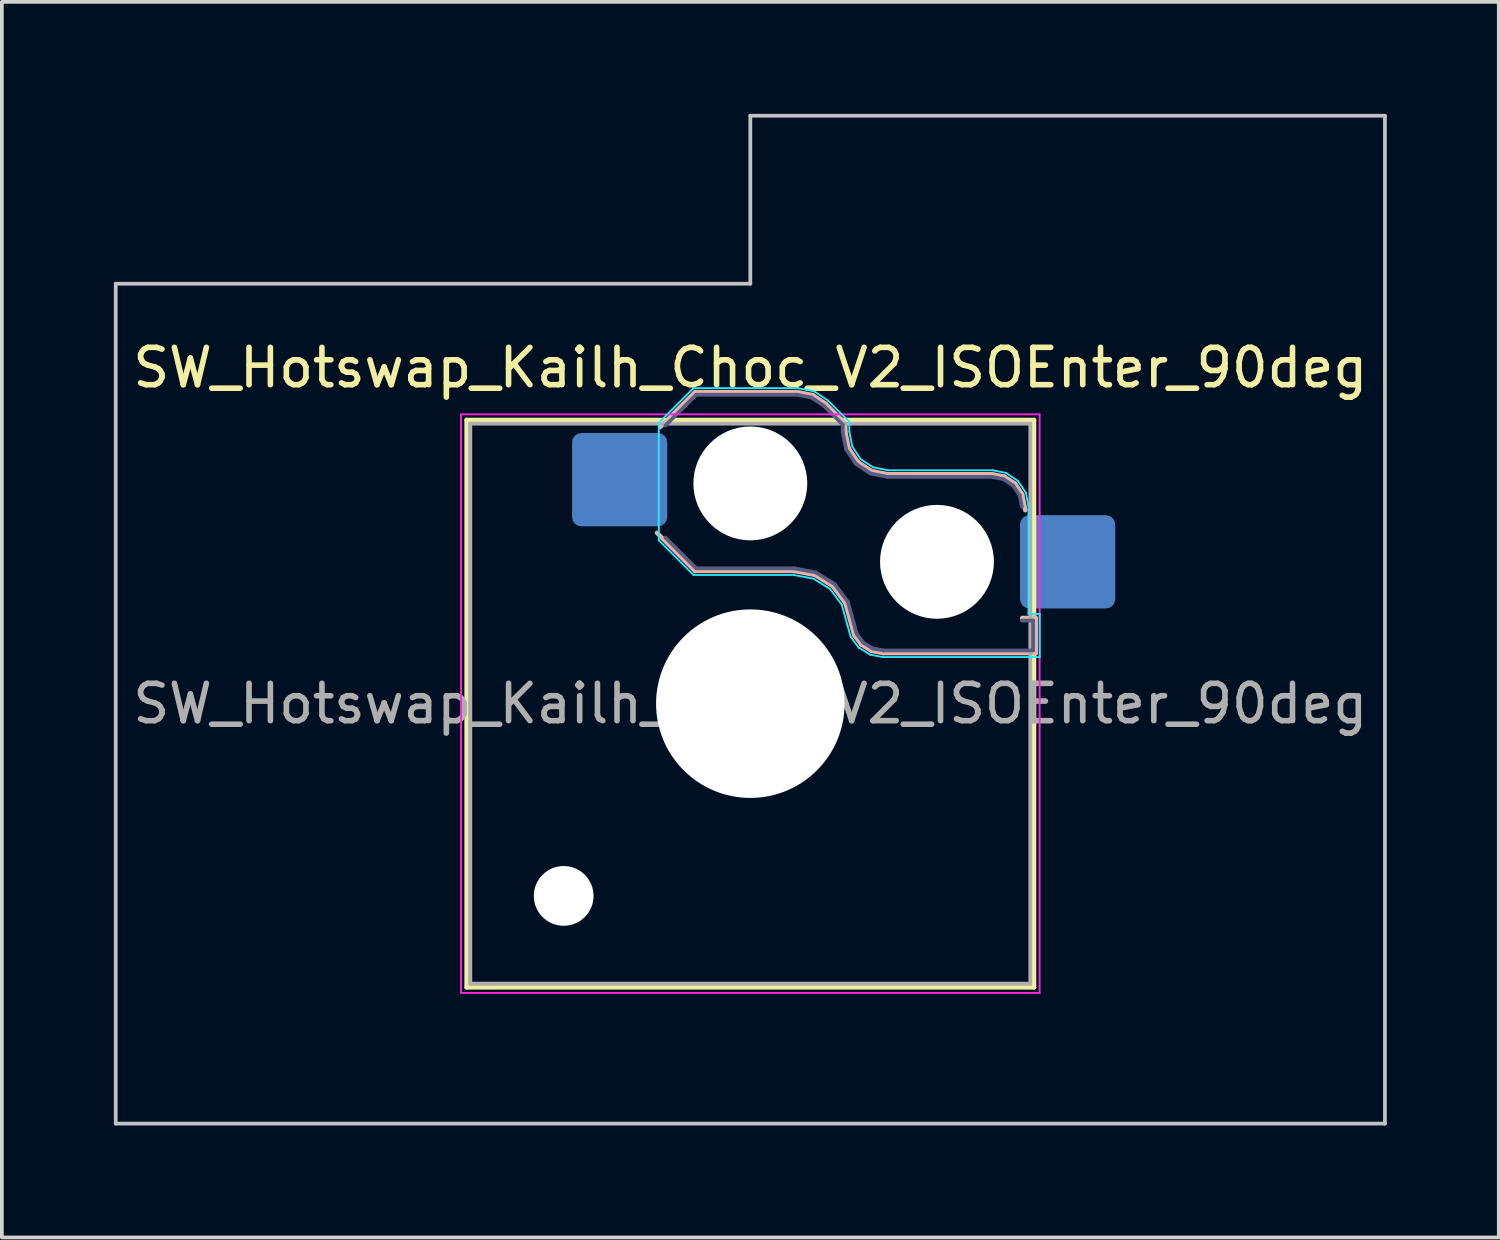
<source format=kicad_pcb>
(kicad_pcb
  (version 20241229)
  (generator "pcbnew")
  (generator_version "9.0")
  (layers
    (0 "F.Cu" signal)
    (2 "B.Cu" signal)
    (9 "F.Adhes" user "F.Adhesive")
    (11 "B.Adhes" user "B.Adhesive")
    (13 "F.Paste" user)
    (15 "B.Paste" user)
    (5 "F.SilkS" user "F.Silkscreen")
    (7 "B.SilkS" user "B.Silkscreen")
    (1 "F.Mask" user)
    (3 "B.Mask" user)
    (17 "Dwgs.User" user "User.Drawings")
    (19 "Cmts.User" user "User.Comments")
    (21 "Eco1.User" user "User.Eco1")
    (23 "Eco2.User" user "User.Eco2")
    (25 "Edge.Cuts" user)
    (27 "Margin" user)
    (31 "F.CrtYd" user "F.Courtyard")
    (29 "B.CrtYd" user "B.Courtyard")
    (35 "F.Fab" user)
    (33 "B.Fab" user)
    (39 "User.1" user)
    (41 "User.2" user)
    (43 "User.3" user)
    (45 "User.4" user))
  (footprint "SW_Hotswap_Kailh_Choc_V2_ISOEnter_90deg"
    (layer "F.Cu")
    (at 17.05 15.8)
    (property "Reference" "SW_Hotswap_Kailh_Choc_V2_ISOEnter_90deg" (at 0 -9 0) (layer "F.SilkS") (effects (font (size 1 1) (thickness 0.15))))
    (attr smd)
    (fp_line (start -7.6 -7.6) (end -7.6 7.6) (stroke (width 0.12) (type solid)) (layer "F.SilkS"))
    (fp_line (start -7.6 7.6) (end 7.6 7.6) (stroke (width 0.12) (type solid)) (layer "F.SilkS"))
    (fp_line (start 7.6 -7.6) (end -7.6 -7.6) (stroke (width 0.12) (type solid)) (layer "F.SilkS"))
    (fp_line (start 7.6 7.6) (end 7.6 -7.6) (stroke (width 0.12) (type solid)) (layer "F.SilkS"))
    (fp_line (start -2.416 -7.409) (end -1.479 -8.346) (stroke (width 0.12) (type solid)) (layer "B.SilkS"))
    (fp_line (start -1.479 -8.346) (end 1.268 -8.346) (stroke (width 0.12) (type solid)) (layer "B.SilkS"))
    (fp_line (start -1.479 -3.554) (end -2.5 -4.575) (stroke (width 0.12) (type solid)) (layer "B.SilkS"))
    (fp_line (start 1.168 -3.554) (end -1.479 -3.554) (stroke (width 0.12) (type solid)) (layer "B.SilkS"))
    (fp_line (start 1.268 -8.346) (end 1.671 -8.266) (stroke (width 0.12) (type solid)) (layer "B.SilkS"))
    (fp_line (start 1.671 -8.266) (end 2.013 -8.037) (stroke (width 0.12) (type solid)) (layer "B.SilkS"))
    (fp_line (start 1.73 -3.449) (end 1.168 -3.554) (stroke (width 0.12) (type solid)) (layer "B.SilkS"))
    (fp_line (start 2.013 -8.037) (end 2.546 -7.504) (stroke (width 0.12) (type solid)) (layer "B.SilkS"))
    (fp_line (start 2.209 -3.15) (end 1.73 -3.449) (stroke (width 0.12) (type solid)) (layer "B.SilkS"))
    (fp_line (start 2.546 -7.504) (end 2.546 -7.282) (stroke (width 0.12) (type solid)) (layer "B.SilkS"))
    (fp_line (start 2.546 -7.282) (end 2.633 -6.844) (stroke (width 0.12) (type solid)) (layer "B.SilkS"))
    (fp_line (start 2.547 -2.697) (end 2.209 -3.15) (stroke (width 0.12) (type solid)) (layer "B.SilkS"))
    (fp_line (start 2.633 -6.844) (end 2.877 -6.477) (stroke (width 0.12) (type solid)) (layer "B.SilkS"))
    (fp_line (start 2.701 -2.139) (end 2.547 -2.697) (stroke (width 0.12) (type solid)) (layer "B.SilkS"))
    (fp_line (start 2.783 -1.841) (end 2.701 -2.139) (stroke (width 0.12) (type solid)) (layer "B.SilkS"))
    (fp_line (start 2.877 -6.477) (end 3.244 -6.233) (stroke (width 0.12) (type solid)) (layer "B.SilkS"))
    (fp_line (start 2.976 -1.583) (end 2.783 -1.841) (stroke (width 0.12) (type solid)) (layer "B.SilkS"))
    (fp_line (start 3.244 -6.233) (end 3.682 -6.146) (stroke (width 0.12) (type solid)) (layer "B.SilkS"))
    (fp_line (start 3.25 -1.413) (end 2.976 -1.583) (stroke (width 0.12) (type solid)) (layer "B.SilkS"))
    (fp_line (start 3.56 -1.354) (end 3.25 -1.413) (stroke (width 0.12) (type solid)) (layer "B.SilkS"))
    (fp_line (start 3.682 -6.146) (end 6.482 -6.146) (stroke (width 0.12) (type solid)) (layer "B.SilkS"))
    (fp_line (start 6.482 -6.146) (end 6.809 -6.081) (stroke (width 0.12) (type solid)) (layer "B.SilkS"))
    (fp_line (start 6.809 -6.081) (end 7.092 -5.892) (stroke (width 0.12) (type solid)) (layer "B.SilkS"))
    (fp_line (start 7.092 -5.892) (end 7.281 -5.609) (stroke (width 0.12) (type solid)) (layer "B.SilkS"))
    (fp_line (start 7.281 -5.609) (end 7.366 -5.182) (stroke (width 0.12) (type solid)) (layer "B.SilkS"))
    (fp_line (start 7.283 -2.296) (end 7.646 -2.296) (stroke (width 0.12) (type solid)) (layer "B.SilkS"))
    (fp_line (start 7.646 -2.296) (end 7.646 -1.354) (stroke (width 0.12) (type solid)) (layer "B.SilkS"))
    (fp_line (start 7.646 -1.354) (end 3.56 -1.354) (stroke (width 0.12) (type solid)) (layer "B.SilkS"))
    (fp_line (start -17 -11.25) (end -17 11.25) (stroke (width 0.1) (type solid)) (layer "Dwgs.User"))
    (fp_line (start -17 11.25) (end 17 11.25) (stroke (width 0.1) (type solid)) (layer "Dwgs.User"))
    (fp_line (start 0 -15.75) (end 0 -11.25) (stroke (width 0.1) (type solid)) (layer "Dwgs.User"))
    (fp_line (start 0 -11.25) (end -17 -11.25) (stroke (width 0.1) (type solid)) (layer "Dwgs.User"))
    (fp_line (start 17 -15.75) (end 0 -15.75) (stroke (width 0.1) (type solid)) (layer "Dwgs.User"))
    (fp_line (start 17 11.25) (end 17 -15.75) (stroke (width 0.1) (type solid)) (layer "Dwgs.User"))
    (fp_line (start -7.25 -7.25) (end -7.25 7.25) (stroke (width 0.1) (type solid)) (layer "Eco1.User"))
    (fp_line (start -7.25 7.25) (end 7.25 7.25) (stroke (width 0.1) (type solid)) (layer "Eco1.User"))
    (fp_line (start 7.25 -7.25) (end -7.25 -7.25) (stroke (width 0.1) (type solid)) (layer "Eco1.User"))
    (fp_line (start 7.25 7.25) (end 7.25 -7.25) (stroke (width 0.1) (type solid)) (layer "Eco1.User"))
    (fp_line (start -2.452 -7.523) (end -1.523 -8.452) (stroke (width 0.05) (type solid)) (layer "B.CrtYd"))
    (fp_line (start -2.452 -4.377) (end -2.452 -7.523) (stroke (width 0.05) (type solid)) (layer "B.CrtYd"))
    (fp_line (start -1.523 -8.452) (end 1.278 -8.452) (stroke (width 0.05) (type solid)) (layer "B.CrtYd"))
    (fp_line (start -1.523 -3.448) (end -2.452 -4.377) (stroke (width 0.05) (type solid)) (layer "B.CrtYd"))
    (fp_line (start 1.159 -3.448) (end -1.523 -3.448) (stroke (width 0.05) (type solid)) (layer "B.CrtYd"))
    (fp_line (start 1.278 -8.452) (end 1.712 -8.366) (stroke (width 0.05) (type solid)) (layer "B.CrtYd"))
    (fp_line (start 1.691 -3.348) (end 1.159 -3.448) (stroke (width 0.05) (type solid)) (layer "B.CrtYd"))
    (fp_line (start 1.712 -8.366) (end 2.081 -8.119) (stroke (width 0.05) (type solid)) (layer "B.CrtYd"))
    (fp_line (start 2.081 -8.119) (end 2.652 -7.548) (stroke (width 0.05) (type solid)) (layer "B.CrtYd"))
    (fp_line (start 2.136 -3.071) (end 1.691 -3.348) (stroke (width 0.05) (type solid)) (layer "B.CrtYd"))
    (fp_line (start 2.45 -2.65) (end 2.136 -3.071) (stroke (width 0.05) (type solid)) (layer "B.CrtYd"))
    (fp_line (start 2.599 -2.111) (end 2.45 -2.65) (stroke (width 0.05) (type solid)) (layer "B.CrtYd"))
    (fp_line (start 2.652 -7.548) (end 2.652 -7.292) (stroke (width 0.05) (type solid)) (layer "B.CrtYd"))
    (fp_line (start 2.652 -7.292) (end 2.733 -6.885) (stroke (width 0.05) (type solid)) (layer "B.CrtYd"))
    (fp_line (start 2.687 -1.794) (end 2.599 -2.111) (stroke (width 0.05) (type solid)) (layer "B.CrtYd"))
    (fp_line (start 2.733 -6.885) (end 2.953 -6.553) (stroke (width 0.05) (type solid)) (layer "B.CrtYd"))
    (fp_line (start 2.903 -1.503) (end 2.687 -1.794) (stroke (width 0.05) (type solid)) (layer "B.CrtYd"))
    (fp_line (start 2.953 -6.553) (end 3.285 -6.333) (stroke (width 0.05) (type solid)) (layer "B.CrtYd"))
    (fp_line (start 3.211 -1.312) (end 2.903 -1.503) (stroke (width 0.05) (type solid)) (layer "B.CrtYd"))
    (fp_line (start 3.285 -6.333) (end 3.692 -6.252) (stroke (width 0.05) (type solid)) (layer "B.CrtYd"))
    (fp_line (start 3.55 -1.248) (end 3.211 -1.312) (stroke (width 0.05) (type solid)) (layer "B.CrtYd"))
    (fp_line (start 3.692 -6.252) (end 6.492 -6.252) (stroke (width 0.05) (type solid)) (layer "B.CrtYd"))
    (fp_line (start 6.492 -6.252) (end 6.85 -6.181) (stroke (width 0.05) (type solid)) (layer "B.CrtYd"))
    (fp_line (start 6.85 -6.181) (end 7.168 -5.968) (stroke (width 0.05) (type solid)) (layer "B.CrtYd"))
    (fp_line (start 7.168 -5.968) (end 7.381 -5.65) (stroke (width 0.05) (type solid)) (layer "B.CrtYd"))
    (fp_line (start 7.381 -5.65) (end 7.452 -5.292) (stroke (width 0.05) (type solid)) (layer "B.CrtYd"))
    (fp_line (start 7.452 -5.292) (end 7.452 -2.402) (stroke (width 0.05) (type solid)) (layer "B.CrtYd"))
    (fp_line (start 7.452 -2.402) (end 7.752 -2.402) (stroke (width 0.05) (type solid)) (layer "B.CrtYd"))
    (fp_line (start 7.752 -2.402) (end 7.752 -1.248) (stroke (width 0.05) (type solid)) (layer "B.CrtYd"))
    (fp_line (start 7.752 -1.248) (end 3.55 -1.248) (stroke (width 0.05) (type solid)) (layer "B.CrtYd"))
    (fp_line (start -7.75 -7.75) (end -7.75 7.75) (stroke (width 0.05) (type solid)) (layer "F.CrtYd"))
    (fp_line (start -7.75 7.75) (end 7.75 7.75) (stroke (width 0.05) (type solid)) (layer "F.CrtYd"))
    (fp_line (start 7.75 -7.75) (end -7.75 -7.75) (stroke (width 0.05) (type solid)) (layer "F.CrtYd"))
    (fp_line (start 7.75 7.75) (end 7.75 -7.75) (stroke (width 0.05) (type solid)) (layer "F.CrtYd"))
    (fp_line (start -2.275 -7.45) (end -1.45 -8.275) (stroke (width 0.1) (type solid)) (layer "B.Fab"))
    (fp_line (start -1.45 -8.275) (end 1.261 -8.275) (stroke (width 0.1) (type solid)) (layer "B.Fab"))
    (fp_line (start -1.45 -3.625) (end -2.275 -4.45) (stroke (width 0.1) (type solid)) (layer "B.Fab"))
    (fp_line (start 1.175 -3.625) (end -1.45 -3.625) (stroke (width 0.1) (type solid)) (layer "B.Fab"))
    (fp_line (start 1.261 -8.275) (end 1.643 -8.199) (stroke (width 0.1) (type solid)) (layer "B.Fab"))
    (fp_line (start 1.643 -8.199) (end 1.968 -7.982) (stroke (width 0.1) (type solid)) (layer "B.Fab"))
    (fp_line (start 1.756 -3.516) (end 1.175 -3.625) (stroke (width 0.1) (type solid)) (layer "B.Fab"))
    (fp_line (start 1.968 -7.982) (end 2.475 -7.475) (stroke (width 0.1) (type solid)) (layer "B.Fab"))
    (fp_line (start 2.258 -3.203) (end 1.756 -3.516) (stroke (width 0.1) (type solid)) (layer "B.Fab"))
    (fp_line (start 2.475 -7.475) (end 2.475 -7.275) (stroke (width 0.1) (type solid)) (layer "B.Fab"))
    (fp_line (start 2.475 -7.275) (end 2.566 -6.816) (stroke (width 0.1) (type solid)) (layer "B.Fab"))
    (fp_line (start 2.566 -6.816) (end 2.826 -6.426) (stroke (width 0.1) (type solid)) (layer "B.Fab"))
    (fp_line (start 2.612 -2.729) (end 2.258 -3.203) (stroke (width 0.1) (type solid)) (layer "B.Fab"))
    (fp_line (start 2.769 -2.158) (end 2.612 -2.729) (stroke (width 0.1) (type solid)) (layer "B.Fab"))
    (fp_line (start 2.826 -6.426) (end 3.216 -6.166) (stroke (width 0.1) (type solid)) (layer "B.Fab"))
    (fp_line (start 2.848 -1.873) (end 2.769 -2.158) (stroke (width 0.1) (type solid)) (layer "B.Fab"))
    (fp_line (start 3.025 -1.636) (end 2.848 -1.873) (stroke (width 0.1) (type solid)) (layer "B.Fab"))
    (fp_line (start 3.216 -6.166) (end 3.675 -6.075) (stroke (width 0.1) (type solid)) (layer "B.Fab"))
    (fp_line (start 3.276 -1.48) (end 3.025 -1.636) (stroke (width 0.1) (type solid)) (layer "B.Fab"))
    (fp_line (start 3.567 -1.425) (end 3.276 -1.48) (stroke (width 0.1) (type solid)) (layer "B.Fab"))
    (fp_line (start 3.675 -6.075) (end 6.475 -6.075) (stroke (width 0.1) (type solid)) (layer "B.Fab"))
    (fp_line (start 6.475 -6.075) (end 6.781 -6.014) (stroke (width 0.1) (type solid)) (layer "B.Fab"))
    (fp_line (start 6.781 -6.014) (end 7.041 -5.841) (stroke (width 0.1) (type solid)) (layer "B.Fab"))
    (fp_line (start 7.041 -5.841) (end 7.214 -5.581) (stroke (width 0.1) (type solid)) (layer "B.Fab"))
    (fp_line (start 7.214 -5.581) (end 7.275 -5.275) (stroke (width 0.1) (type solid)) (layer "B.Fab"))
    (fp_line (start 7.275 -2.225) (end 7.575 -2.225) (stroke (width 0.1) (type solid)) (layer "B.Fab"))
    (fp_line (start 7.575 -2.225) (end 7.575 -1.425) (stroke (width 0.1) (type solid)) (layer "B.Fab"))
    (fp_line (start 7.575 -1.425) (end 3.567 -1.425) (stroke (width 0.1) (type solid)) (layer "B.Fab"))
    (fp_line (start -7.5 -7.5) (end -7.5 7.5) (stroke (width 0.1) (type solid)) (layer "F.Fab"))
    (fp_line (start -7.5 7.5) (end 7.5 7.5) (stroke (width 0.1) (type solid)) (layer "F.Fab"))
    (fp_line (start 7.5 -7.5) (end -7.5 -7.5) (stroke (width 0.1) (type solid)) (layer "F.Fab"))
    (fp_line (start 7.5 7.5) (end 7.5 -7.5) (stroke (width 0.1) (type solid)) (layer "F.Fab"))
    (fp_text user "${REFERENCE}" (at 0 0 0) (layer "F.Fab") (effects (font (size 1 1) (thickness 0.15))))
    (pad "" np_thru_hole circle (at -5 5.15) (size 1.6 1.6) (drill 1.6) (layers "*.Cu" "*.Mask"))
    (pad "" np_thru_hole circle (at 0 -5.9) (size 3.05 3.05) (drill 3.05) (layers "*.Cu" "*.Mask"))
    (pad "" np_thru_hole circle (at 0 0) (size 5.05 5.05) (drill 5.05) (layers "*.Cu" "*.Mask"))
    (pad "" np_thru_hole circle (at 5 -3.8) (size 3.05 3.05) (drill 3.05) (layers "*.Cu" "*.Mask"))
    (pad "1" smd roundrect (at -3.5 -6) (size 2.55 2.5) (layers "B.Cu" "B.Mask" "B.Paste") (roundrect_rratio 0.1))
    (pad "2" smd roundrect (at 8.5 -3.8) (size 2.55 2.5) (layers "B.Cu" "B.Mask" "B.Paste") (roundrect_rratio 0.1)))
  (gr_rect
    (start -3 -3)
    (end 37.1 30.1)
    (stroke (width 0.1) (type default))
    (fill no)
    (layer "Edge.Cuts")))
</source>
